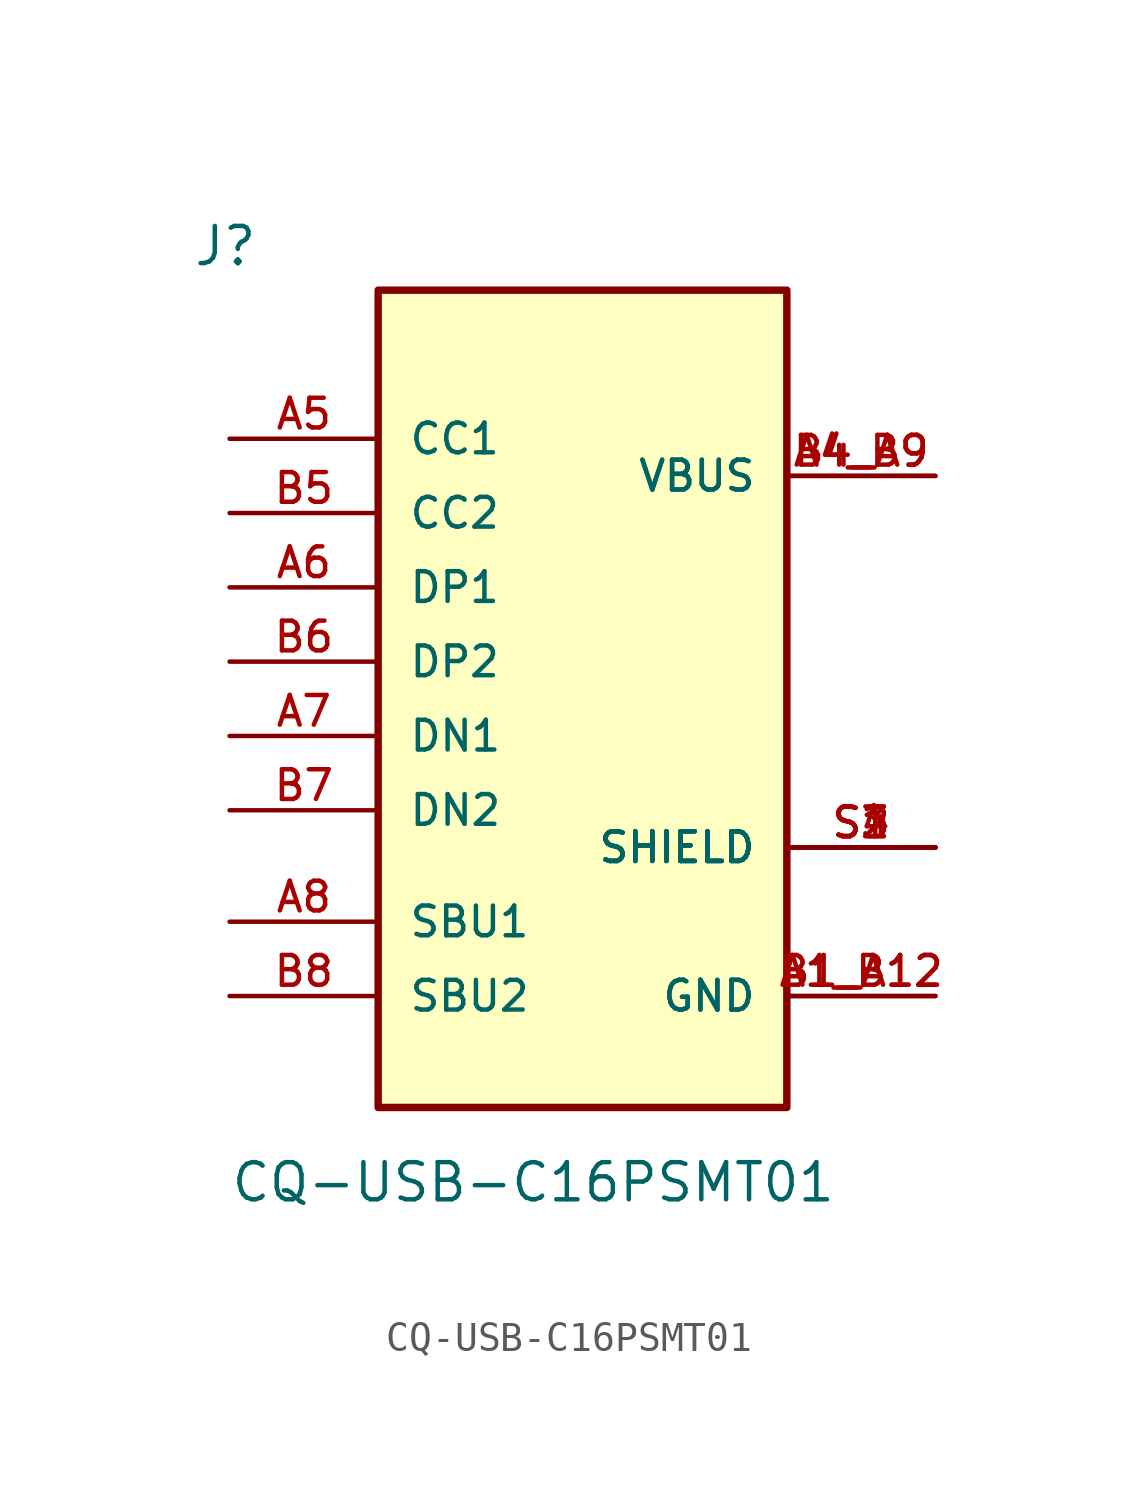
<source format=kicad_sym>
(kicad_symbol_lib
  (version 20211014)
  (generator kicad_symbol_editor)
  (symbol "CQ-USB-C16PSMT01:CQ-USB-C16PSMT01"
    (pin_names
      (offset 1.016))
    (property "Reference" "J"
      (at -12.7 13.462 0)
      (effects (font (size 1.27 1.27)) (justify left bottom)))
    (property "Value" "CQ-USB-C16PSMT01"
      (at -11.43 -18.542 0)
      (effects (font (size 1.27 1.27)) (justify left bottom)))
    (property "ki_locked" ""
      (at 0 0 0)
      (effects (font (size 1.27 1.27))))
    (symbol "CQ-USB-C16PSMT01_0_0"
      (rectangle (start -6.35 12.7) (end 7.62 -15.24) (stroke (width 0.254) (type default) (color 0 0 0 0)) (fill (type background)))
      (pin power_in line (at 12.7 -11.43 180) (length 5.08) (name "GND" (effects (font (size 1.016 1.016)))) (number "A1_B12" (effects (font (size 1.016 1.016)))))
      (pin power_in line (at 12.7 6.35 180) (length 5.08) (name "VBUS" (effects (font (size 1.016 1.016)))) (number "A4_B9" (effects (font (size 1.016 1.016)))))
      (pin bidirectional line (at -11.43 7.62 0) (length 5.08) (name "CC1" (effects (font (size 1.016 1.016)))) (number "A5" (effects (font (size 1.016 1.016)))))
      (pin bidirectional line (at -11.43 2.54 0) (length 5.08) (name "DP1" (effects (font (size 1.016 1.016)))) (number "A6" (effects (font (size 1.016 1.016)))))
      (pin bidirectional line (at -11.43 -2.54 0) (length 5.08) (name "DN1" (effects (font (size 1.016 1.016)))) (number "A7" (effects (font (size 1.016 1.016)))))
      (pin bidirectional line (at -11.43 -8.89 0) (length 5.08) (name "SBU1" (effects (font (size 1.016 1.016)))) (number "A8" (effects (font (size 1.016 1.016)))))
      (pin power_in line (at 12.7 -11.43 180) (length 5.08) (name "GND" (effects (font (size 1.016 1.016)))) (number "B1_A12" (effects (font (size 1.016 1.016)))))
      (pin power_in line (at 12.7 6.35 180) (length 5.08) (name "VBUS" (effects (font (size 1.016 1.016)))) (number "B4_A9" (effects (font (size 1.016 1.016)))))
      (pin bidirectional line (at -11.43 5.08 0) (length 5.08) (name "CC2" (effects (font (size 1.016 1.016)))) (number "B5" (effects (font (size 1.016 1.016)))))
      (pin bidirectional line (at -11.43 0 0) (length 5.08) (name "DP2" (effects (font (size 1.016 1.016)))) (number "B6" (effects (font (size 1.016 1.016)))))
      (pin bidirectional line (at -11.43 -5.08 0) (length 5.08) (name "DN2" (effects (font (size 1.016 1.016)))) (number "B7" (effects (font (size 1.016 1.016)))))
      (pin bidirectional line (at -11.43 -11.43 0) (length 5.08) (name "SBU2" (effects (font (size 1.016 1.016)))) (number "B8" (effects (font (size 1.016 1.016)))))
      (pin passive line (at 12.7 -6.35 180) (length 5.08) (name "SHIELD" (effects (font (size 1.016 1.016)))) (number "S1" (effects (font (size 1.016 1.016)))))
      (pin passive line (at 12.7 -6.35 180) (length 5.08) (name "SHIELD" (effects (font (size 1.016 1.016)))) (number "S2" (effects (font (size 1.016 1.016)))))
      (pin passive line (at 12.7 -6.35 180) (length 5.08) (name "SHIELD" (effects (font (size 1.016 1.016)))) (number "S3" (effects (font (size 1.016 1.016)))))
      (pin passive line (at 12.7 -6.35 180) (length 5.08) (name "SHIELD" (effects (font (size 1.016 1.016)))) (number "S4" (effects (font (size 1.016 1.016))))))))
</source>
